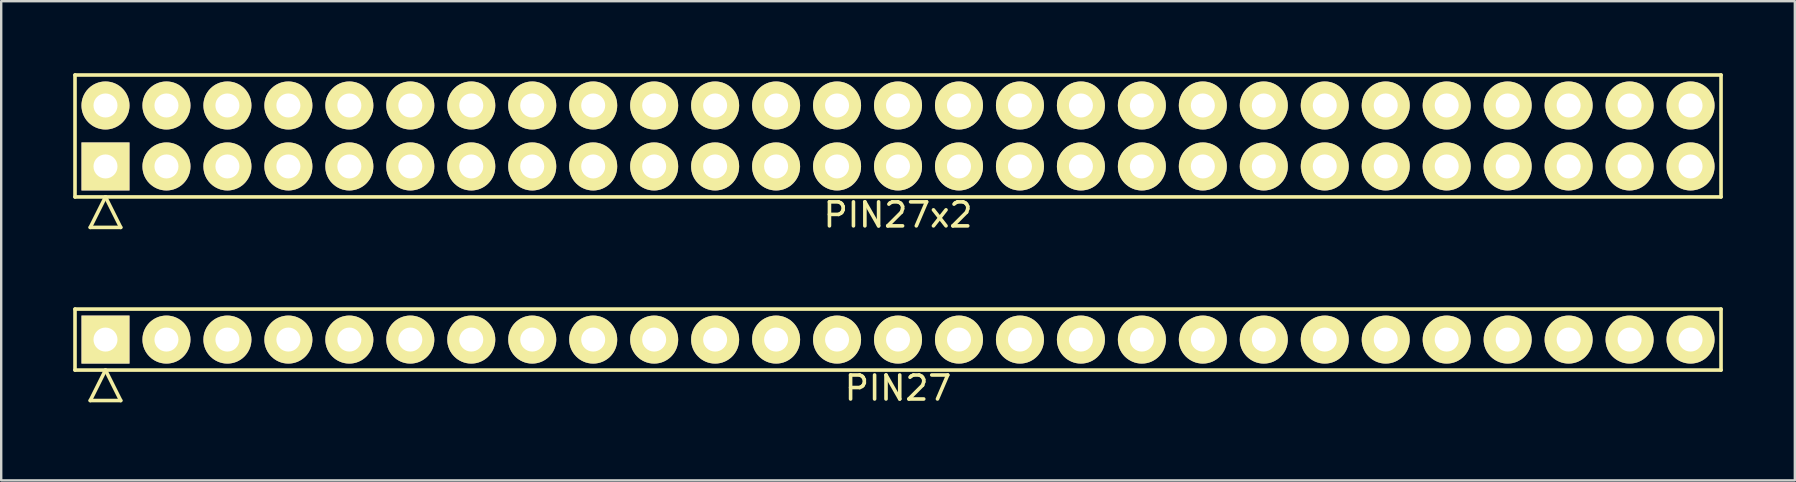
<source format=kicad_pcb>
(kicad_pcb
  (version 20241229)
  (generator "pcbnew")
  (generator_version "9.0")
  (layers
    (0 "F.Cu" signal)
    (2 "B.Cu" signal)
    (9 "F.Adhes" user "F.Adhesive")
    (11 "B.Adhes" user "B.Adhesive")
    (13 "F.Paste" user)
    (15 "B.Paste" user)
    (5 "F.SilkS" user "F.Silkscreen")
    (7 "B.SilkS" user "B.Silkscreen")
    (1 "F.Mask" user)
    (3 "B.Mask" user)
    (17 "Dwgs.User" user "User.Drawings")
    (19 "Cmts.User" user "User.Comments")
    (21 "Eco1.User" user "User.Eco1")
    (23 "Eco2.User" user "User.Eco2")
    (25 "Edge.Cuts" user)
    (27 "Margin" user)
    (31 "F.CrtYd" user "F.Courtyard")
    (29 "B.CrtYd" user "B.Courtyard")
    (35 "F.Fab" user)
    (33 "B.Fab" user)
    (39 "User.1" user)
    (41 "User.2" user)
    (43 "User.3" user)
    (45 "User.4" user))
  (footprint "PIN27"
    (layer "F.Cu")
    (at 34.365 11.098)
    (property "Reference" "PIN27" (at 0 2.02 0) (layer "F.SilkS") (effects (font (size 1 1) (thickness 0.15))))
    (attr through_hole)
    (fp_line (start -34.29 -1.27) (end -34.29 1.27) (stroke (width 0.15) (type solid)) (layer "F.SilkS"))
    (fp_line (start -34.29 1.27) (end 34.29 1.27) (stroke (width 0.15) (type solid)) (layer "F.SilkS"))
    (fp_line (start -33.655 2.54) (end -33.02 1.27) (stroke (width 0.15) (type solid)) (layer "F.SilkS"))
    (fp_line (start -33.655 2.54) (end -32.385 2.54) (stroke (width 0.15) (type solid)) (layer "F.SilkS"))
    (fp_line (start -32.385 2.54) (end -33.02 1.27) (stroke (width 0.15) (type solid)) (layer "F.SilkS"))
    (fp_line (start 34.29 -1.27) (end -34.29 -1.27) (stroke (width 0.15) (type solid)) (layer "F.SilkS"))
    (fp_line (start 34.29 1.27) (end 34.29 -1.27) (stroke (width 0.15) (type solid)) (layer "F.SilkS"))
    (pad "1" thru_hole rect (at -33.02 0) (size 2 2) (drill 1) (layers "*.Cu" "*.Mask" "F.SilkS"))
    (pad "2" thru_hole circle (at -30.48 0) (size 2 2) (drill 1) (layers "*.Cu" "*.Mask" "F.SilkS"))
    (pad "3" thru_hole circle (at -27.94 0) (size 2 2) (drill 1) (layers "*.Cu" "*.Mask" "F.SilkS"))
    (pad "4" thru_hole circle (at -25.4 0) (size 2 2) (drill 1) (layers "*.Cu" "*.Mask" "F.SilkS"))
    (pad "5" thru_hole circle (at -22.86 0) (size 2 2) (drill 1) (layers "*.Cu" "*.Mask" "F.SilkS"))
    (pad "6" thru_hole circle (at -20.32 0) (size 2 2) (drill 1) (layers "*.Cu" "*.Mask" "F.SilkS"))
    (pad "7" thru_hole circle (at -17.78 0) (size 2 2) (drill 1) (layers "*.Cu" "*.Mask" "F.SilkS"))
    (pad "8" thru_hole circle (at -15.24 0) (size 2 2) (drill 1) (layers "*.Cu" "*.Mask" "F.SilkS"))
    (pad "9" thru_hole circle (at -12.7 0) (size 2 2) (drill 1) (layers "*.Cu" "*.Mask" "F.SilkS"))
    (pad "10" thru_hole circle (at -10.16 0) (size 2 2) (drill 1) (layers "*.Cu" "*.Mask" "F.SilkS"))
    (pad "11" thru_hole circle (at -7.62 0) (size 2 2) (drill 1) (layers "*.Cu" "*.Mask" "F.SilkS"))
    (pad "12" thru_hole circle (at -5.08 0) (size 2 2) (drill 1) (layers "*.Cu" "*.Mask" "F.SilkS"))
    (pad "13" thru_hole circle (at -2.54 0) (size 2 2) (drill 1) (layers "*.Cu" "*.Mask" "F.SilkS"))
    (pad "14" thru_hole circle (at 0 0) (size 2 2) (drill 1) (layers "*.Cu" "*.Mask" "F.SilkS"))
    (pad "15" thru_hole circle (at 2.54 0) (size 2 2) (drill 1) (layers "*.Cu" "*.Mask" "F.SilkS"))
    (pad "16" thru_hole circle (at 5.08 0) (size 2 2) (drill 1) (layers "*.Cu" "*.Mask" "F.SilkS"))
    (pad "17" thru_hole circle (at 7.62 0) (size 2 2) (drill 1) (layers "*.Cu" "*.Mask" "F.SilkS"))
    (pad "18" thru_hole circle (at 10.16 0) (size 2 2) (drill 1) (layers "*.Cu" "*.Mask" "F.SilkS"))
    (pad "19" thru_hole circle (at 12.7 0) (size 2 2) (drill 1) (layers "*.Cu" "*.Mask" "F.SilkS"))
    (pad "20" thru_hole circle (at 15.24 0) (size 2 2) (drill 1) (layers "*.Cu" "*.Mask" "F.SilkS"))
    (pad "21" thru_hole circle (at 17.78 0) (size 2 2) (drill 1) (layers "*.Cu" "*.Mask" "F.SilkS"))
    (pad "22" thru_hole circle (at 20.32 0) (size 2 2) (drill 1) (layers "*.Cu" "*.Mask" "F.SilkS"))
    (pad "23" thru_hole circle (at 22.86 0) (size 2 2) (drill 1) (layers "*.Cu" "*.Mask" "F.SilkS"))
    (pad "24" thru_hole circle (at 25.4 0) (size 2 2) (drill 1) (layers "*.Cu" "*.Mask" "F.SilkS"))
    (pad "25" thru_hole circle (at 27.94 0) (size 2 2) (drill 1) (layers "*.Cu" "*.Mask" "F.SilkS"))
    (pad "26" thru_hole circle (at 30.48 0) (size 2 2) (drill 1) (layers "*.Cu" "*.Mask" "F.SilkS"))
    (pad "27" thru_hole circle (at 33.02 0) (size 2 2) (drill 1) (layers "*.Cu" "*.Mask" "F.SilkS")))
  (footprint "PIN27x2"
    (layer "F.Cu")
    (at 34.365 2.615)
    (property "Reference" "PIN27x2" (at 0 3.29 0) (layer "F.SilkS") (effects (font (size 1 1) (thickness 0.15))))
    (attr through_hole)
    (fp_line (start -34.29 -2.54) (end -34.29 2.54) (stroke (width 0.15) (type solid)) (layer "F.SilkS"))
    (fp_line (start -34.29 2.54) (end 34.29 2.54) (stroke (width 0.15) (type solid)) (layer "F.SilkS"))
    (fp_line (start -33.655 3.81) (end -33.02 2.54) (stroke (width 0.15) (type solid)) (layer "F.SilkS"))
    (fp_line (start -33.655 3.81) (end -32.385 3.81) (stroke (width 0.15) (type solid)) (layer "F.SilkS"))
    (fp_line (start -32.385 3.81) (end -33.02 2.54) (stroke (width 0.15) (type solid)) (layer "F.SilkS"))
    (fp_line (start 34.29 -2.54) (end -34.29 -2.54) (stroke (width 0.15) (type solid)) (layer "F.SilkS"))
    (fp_line (start 34.29 2.54) (end 34.29 -2.54) (stroke (width 0.15) (type solid)) (layer "F.SilkS"))
    (pad "1" thru_hole rect (at -33.02 1.27) (size 2 2) (drill 1) (layers "*.Cu" "*.Mask" "F.SilkS"))
    (pad "2" thru_hole circle (at -33.02 -1.27) (size 2 2) (drill 1) (layers "*.Cu" "*.Mask" "F.SilkS"))
    (pad "3" thru_hole circle (at -30.48 1.27) (size 2 2) (drill 1) (layers "*.Cu" "*.Mask" "F.SilkS"))
    (pad "4" thru_hole circle (at -30.48 -1.27) (size 2 2) (drill 1) (layers "*.Cu" "*.Mask" "F.SilkS"))
    (pad "5" thru_hole circle (at -27.94 1.27) (size 2 2) (drill 1) (layers "*.Cu" "*.Mask" "F.SilkS"))
    (pad "6" thru_hole circle (at -27.94 -1.27) (size 2 2) (drill 1) (layers "*.Cu" "*.Mask" "F.SilkS"))
    (pad "7" thru_hole circle (at -25.4 1.27) (size 2 2) (drill 1) (layers "*.Cu" "*.Mask" "F.SilkS"))
    (pad "8" thru_hole circle (at -25.4 -1.27) (size 2 2) (drill 1) (layers "*.Cu" "*.Mask" "F.SilkS"))
    (pad "9" thru_hole circle (at -22.86 1.27) (size 2 2) (drill 1) (layers "*.Cu" "*.Mask" "F.SilkS"))
    (pad "10" thru_hole circle (at -22.86 -1.27) (size 2 2) (drill 1) (layers "*.Cu" "*.Mask" "F.SilkS"))
    (pad "11" thru_hole circle (at -20.32 1.27) (size 2 2) (drill 1) (layers "*.Cu" "*.Mask" "F.SilkS"))
    (pad "12" thru_hole circle (at -20.32 -1.27) (size 2 2) (drill 1) (layers "*.Cu" "*.Mask" "F.SilkS"))
    (pad "13" thru_hole circle (at -17.78 1.27) (size 2 2) (drill 1) (layers "*.Cu" "*.Mask" "F.SilkS"))
    (pad "14" thru_hole circle (at -17.78 -1.27) (size 2 2) (drill 1) (layers "*.Cu" "*.Mask" "F.SilkS"))
    (pad "15" thru_hole circle (at -15.24 1.27) (size 2 2) (drill 1) (layers "*.Cu" "*.Mask" "F.SilkS"))
    (pad "16" thru_hole circle (at -15.24 -1.27) (size 2 2) (drill 1) (layers "*.Cu" "*.Mask" "F.SilkS"))
    (pad "17" thru_hole circle (at -12.7 1.27) (size 2 2) (drill 1) (layers "*.Cu" "*.Mask" "F.SilkS"))
    (pad "18" thru_hole circle (at -12.7 -1.27) (size 2 2) (drill 1) (layers "*.Cu" "*.Mask" "F.SilkS"))
    (pad "19" thru_hole circle (at -10.16 1.27) (size 2 2) (drill 1) (layers "*.Cu" "*.Mask" "F.SilkS"))
    (pad "20" thru_hole circle (at -10.16 -1.27) (size 2 2) (drill 1) (layers "*.Cu" "*.Mask" "F.SilkS"))
    (pad "21" thru_hole circle (at -7.62 1.27) (size 2 2) (drill 1) (layers "*.Cu" "*.Mask" "F.SilkS"))
    (pad "22" thru_hole circle (at -7.62 -1.27) (size 2 2) (drill 1) (layers "*.Cu" "*.Mask" "F.SilkS"))
    (pad "23" thru_hole circle (at -5.08 1.27) (size 2 2) (drill 1) (layers "*.Cu" "*.Mask" "F.SilkS"))
    (pad "24" thru_hole circle (at -5.08 -1.27) (size 2 2) (drill 1) (layers "*.Cu" "*.Mask" "F.SilkS"))
    (pad "25" thru_hole circle (at -2.54 1.27) (size 2 2) (drill 1) (layers "*.Cu" "*.Mask" "F.SilkS"))
    (pad "26" thru_hole circle (at -2.54 -1.27) (size 2 2) (drill 1) (layers "*.Cu" "*.Mask" "F.SilkS"))
    (pad "27" thru_hole circle (at 0 1.27) (size 2 2) (drill 1) (layers "*.Cu" "*.Mask" "F.SilkS"))
    (pad "28" thru_hole circle (at 0 -1.27) (size 2 2) (drill 1) (layers "*.Cu" "*.Mask" "F.SilkS"))
    (pad "29" thru_hole circle (at 2.54 1.27) (size 2 2) (drill 1) (layers "*.Cu" "*.Mask" "F.SilkS"))
    (pad "30" thru_hole circle (at 2.54 -1.27) (size 2 2) (drill 1) (layers "*.Cu" "*.Mask" "F.SilkS"))
    (pad "31" thru_hole circle (at 5.08 1.27) (size 2 2) (drill 1) (layers "*.Cu" "*.Mask" "F.SilkS"))
    (pad "32" thru_hole circle (at 5.08 -1.27) (size 2 2) (drill 1) (layers "*.Cu" "*.Mask" "F.SilkS"))
    (pad "33" thru_hole circle (at 7.62 1.27) (size 2 2) (drill 1) (layers "*.Cu" "*.Mask" "F.SilkS"))
    (pad "34" thru_hole circle (at 7.62 -1.27) (size 2 2) (drill 1) (layers "*.Cu" "*.Mask" "F.SilkS"))
    (pad "35" thru_hole circle (at 10.16 1.27) (size 2 2) (drill 1) (layers "*.Cu" "*.Mask" "F.SilkS"))
    (pad "36" thru_hole circle (at 10.16 -1.27) (size 2 2) (drill 1) (layers "*.Cu" "*.Mask" "F.SilkS"))
    (pad "37" thru_hole circle (at 12.7 1.27) (size 2 2) (drill 1) (layers "*.Cu" "*.Mask" "F.SilkS"))
    (pad "38" thru_hole circle (at 12.7 -1.27) (size 2 2) (drill 1) (layers "*.Cu" "*.Mask" "F.SilkS"))
    (pad "39" thru_hole circle (at 15.24 1.27) (size 2 2) (drill 1) (layers "*.Cu" "*.Mask" "F.SilkS"))
    (pad "40" thru_hole circle (at 15.24 -1.27) (size 2 2) (drill 1) (layers "*.Cu" "*.Mask" "F.SilkS"))
    (pad "41" thru_hole circle (at 17.78 1.27) (size 2 2) (drill 1) (layers "*.Cu" "*.Mask" "F.SilkS"))
    (pad "42" thru_hole circle (at 17.78 -1.27) (size 2 2) (drill 1) (layers "*.Cu" "*.Mask" "F.SilkS"))
    (pad "43" thru_hole circle (at 20.32 1.27) (size 2 2) (drill 1) (layers "*.Cu" "*.Mask" "F.SilkS"))
    (pad "44" thru_hole circle (at 20.32 -1.27) (size 2 2) (drill 1) (layers "*.Cu" "*.Mask" "F.SilkS"))
    (pad "45" thru_hole circle (at 22.86 1.27) (size 2 2) (drill 1) (layers "*.Cu" "*.Mask" "F.SilkS"))
    (pad "46" thru_hole circle (at 22.86 -1.27) (size 2 2) (drill 1) (layers "*.Cu" "*.Mask" "F.SilkS"))
    (pad "47" thru_hole circle (at 25.4 1.27) (size 2 2) (drill 1) (layers "*.Cu" "*.Mask" "F.SilkS"))
    (pad "48" thru_hole circle (at 25.4 -1.27) (size 2 2) (drill 1) (layers "*.Cu" "*.Mask" "F.SilkS"))
    (pad "49" thru_hole circle (at 27.94 1.27) (size 2 2) (drill 1) (layers "*.Cu" "*.Mask" "F.SilkS"))
    (pad "50" thru_hole circle (at 27.94 -1.27) (size 2 2) (drill 1) (layers "*.Cu" "*.Mask" "F.SilkS"))
    (pad "51" thru_hole circle (at 30.48 1.27) (size 2 2) (drill 1) (layers "*.Cu" "*.Mask" "F.SilkS"))
    (pad "52" thru_hole circle (at 30.48 -1.27) (size 2 2) (drill 1) (layers "*.Cu" "*.Mask" "F.SilkS"))
    (pad "53" thru_hole circle (at 33.02 1.27) (size 2 2) (drill 1) (layers "*.Cu" "*.Mask" "F.SilkS"))
    (pad "54" thru_hole circle (at 33.02 -1.27) (size 2 2) (drill 1) (layers "*.Cu" "*.Mask" "F.SilkS")))
  (gr_rect
    (start -3 -3)
    (end 71.73 16.966)
    (stroke (width 0.1) (type default))
    (fill no)
    (layer "Edge.Cuts")))
</source>
